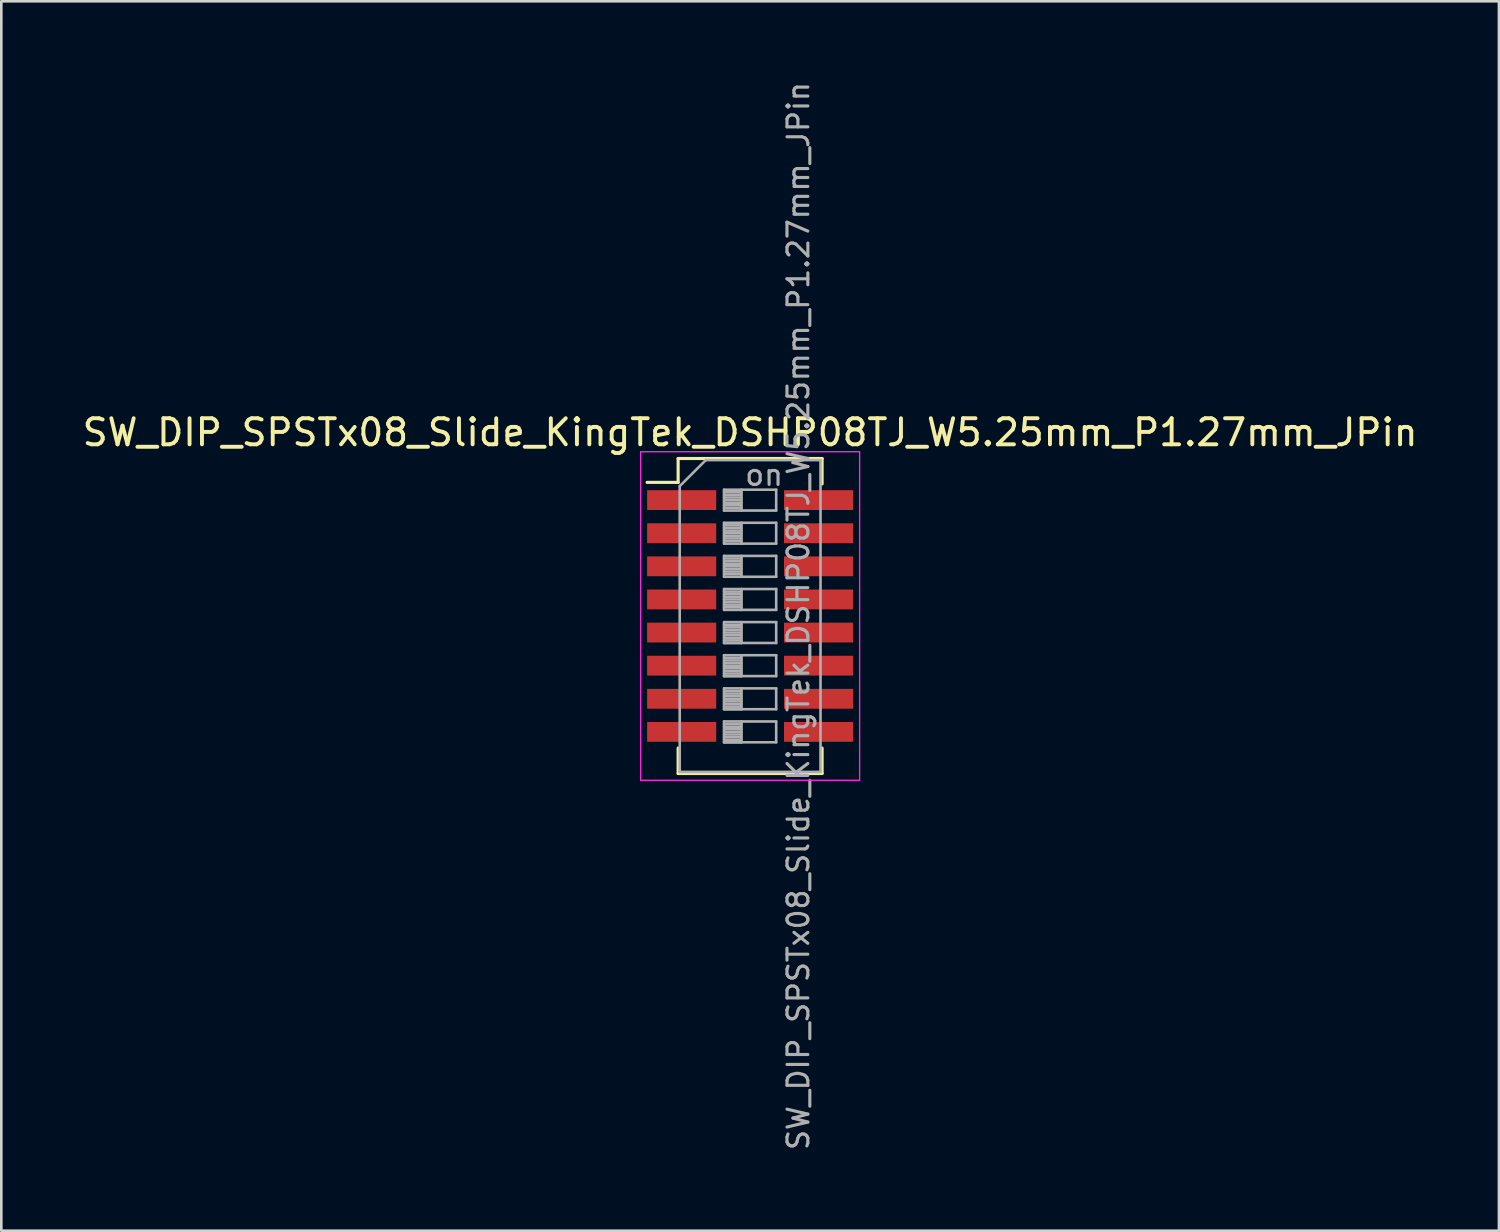
<source format=kicad_pcb>
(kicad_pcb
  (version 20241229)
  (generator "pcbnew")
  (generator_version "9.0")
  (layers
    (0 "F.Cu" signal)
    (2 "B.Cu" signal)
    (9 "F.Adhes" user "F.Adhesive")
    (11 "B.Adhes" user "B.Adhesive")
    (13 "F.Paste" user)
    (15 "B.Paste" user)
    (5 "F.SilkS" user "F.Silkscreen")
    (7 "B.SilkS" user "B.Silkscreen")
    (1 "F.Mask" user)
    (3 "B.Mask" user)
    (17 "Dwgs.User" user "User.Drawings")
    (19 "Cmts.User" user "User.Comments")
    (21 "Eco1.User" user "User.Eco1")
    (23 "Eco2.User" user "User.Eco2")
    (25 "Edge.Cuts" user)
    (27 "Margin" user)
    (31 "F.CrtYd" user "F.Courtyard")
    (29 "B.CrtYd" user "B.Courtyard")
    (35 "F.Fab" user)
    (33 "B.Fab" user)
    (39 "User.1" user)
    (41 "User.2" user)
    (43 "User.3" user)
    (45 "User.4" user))
  (footprint "SW_DIP_SPSTx08_Slide_KingTek_DSHP08TJ_W5.25mm_P1.27mm_JPin"
    (layer "F.Cu")
    (at 25.72 20.576)
    (property "Reference" "SW_DIP_SPSTx08_Slide_KingTek_DSHP08TJ_W5.25mm_P1.27mm_JPin" (at 0 -7.04 0) (layer "F.SilkS") (effects (font (size 1 1) (thickness 0.15))))
    (attr smd)
    (fp_line (start -3.951 -5.125) (end -2.761 -5.125) (stroke (width 0.12) (type solid)) (layer "F.SilkS"))
    (fp_line (start -2.761 -6.04) (end -2.761 -5.125) (stroke (width 0.12) (type solid)) (layer "F.SilkS"))
    (fp_line (start -2.761 -6.04) (end 2.76 -6.04) (stroke (width 0.12) (type solid)) (layer "F.SilkS"))
    (fp_line (start -2.761 5.065) (end -2.761 6.04) (stroke (width 0.12) (type solid)) (layer "F.SilkS"))
    (fp_line (start -2.761 6.04) (end 2.76 6.04) (stroke (width 0.12) (type solid)) (layer "F.SilkS"))
    (fp_line (start 2.76 -6.04) (end 2.76 -5.065) (stroke (width 0.12) (type solid)) (layer "F.SilkS"))
    (fp_line (start 2.76 5.065) (end 2.76 6.04) (stroke (width 0.12) (type solid)) (layer "F.SilkS"))
    (fp_line (start -4.2 -6.3) (end -4.2 6.3) (stroke (width 0.05) (type solid)) (layer "F.CrtYd"))
    (fp_line (start -4.2 6.3) (end 4.2 6.3) (stroke (width 0.05) (type solid)) (layer "F.CrtYd"))
    (fp_line (start 4.2 -6.3) (end -4.2 -6.3) (stroke (width 0.05) (type solid)) (layer "F.CrtYd"))
    (fp_line (start 4.2 6.3) (end 4.2 -6.3) (stroke (width 0.05) (type solid)) (layer "F.CrtYd"))
    (fp_line (start -2.7 -4.98) (end -1.7 -5.98) (stroke (width 0.1) (type solid)) (layer "F.Fab"))
    (fp_line (start -2.7 5.98) (end -2.7 -4.98) (stroke (width 0.1) (type solid)) (layer "F.Fab"))
    (fp_line (start -1.7 -5.98) (end 2.7 -5.98) (stroke (width 0.1) (type solid)) (layer "F.Fab"))
    (fp_line (start -1 -4.845) (end -1 -4.045) (stroke (width 0.1) (type solid)) (layer "F.Fab"))
    (fp_line (start -1 -4.745) (end -0.333 -4.745) (stroke (width 0.1) (type solid)) (layer "F.Fab"))
    (fp_line (start -1 -4.645) (end -0.333 -4.645) (stroke (width 0.1) (type solid)) (layer "F.Fab"))
    (fp_line (start -1 -4.545) (end -0.333 -4.545) (stroke (width 0.1) (type solid)) (layer "F.Fab"))
    (fp_line (start -1 -4.445) (end -0.333 -4.445) (stroke (width 0.1) (type solid)) (layer "F.Fab"))
    (fp_line (start -1 -4.345) (end -0.333 -4.345) (stroke (width 0.1) (type solid)) (layer "F.Fab"))
    (fp_line (start -1 -4.245) (end -0.333 -4.245) (stroke (width 0.1) (type solid)) (layer "F.Fab"))
    (fp_line (start -1 -4.145) (end -0.333 -4.145) (stroke (width 0.1) (type solid)) (layer "F.Fab"))
    (fp_line (start -1 -4.045) (end 1 -4.045) (stroke (width 0.1) (type solid)) (layer "F.Fab"))
    (fp_line (start -1 -3.575) (end -1 -2.775) (stroke (width 0.1) (type solid)) (layer "F.Fab"))
    (fp_line (start -1 -3.475) (end -0.333 -3.475) (stroke (width 0.1) (type solid)) (layer "F.Fab"))
    (fp_line (start -1 -3.375) (end -0.333 -3.375) (stroke (width 0.1) (type solid)) (layer "F.Fab"))
    (fp_line (start -1 -3.275) (end -0.333 -3.275) (stroke (width 0.1) (type solid)) (layer "F.Fab"))
    (fp_line (start -1 -3.175) (end -0.333 -3.175) (stroke (width 0.1) (type solid)) (layer "F.Fab"))
    (fp_line (start -1 -3.075) (end -0.333 -3.075) (stroke (width 0.1) (type solid)) (layer "F.Fab"))
    (fp_line (start -1 -2.975) (end -0.333 -2.975) (stroke (width 0.1) (type solid)) (layer "F.Fab"))
    (fp_line (start -1 -2.875) (end -0.333 -2.875) (stroke (width 0.1) (type solid)) (layer "F.Fab"))
    (fp_line (start -1 -2.775) (end 1 -2.775) (stroke (width 0.1) (type solid)) (layer "F.Fab"))
    (fp_line (start -1 -2.305) (end -1 -1.505) (stroke (width 0.1) (type solid)) (layer "F.Fab"))
    (fp_line (start -1 -2.205) (end -0.333 -2.205) (stroke (width 0.1) (type solid)) (layer "F.Fab"))
    (fp_line (start -1 -2.105) (end -0.333 -2.105) (stroke (width 0.1) (type solid)) (layer "F.Fab"))
    (fp_line (start -1 -2.005) (end -0.333 -2.005) (stroke (width 0.1) (type solid)) (layer "F.Fab"))
    (fp_line (start -1 -1.905) (end -0.333 -1.905) (stroke (width 0.1) (type solid)) (layer "F.Fab"))
    (fp_line (start -1 -1.805) (end -0.333 -1.805) (stroke (width 0.1) (type solid)) (layer "F.Fab"))
    (fp_line (start -1 -1.705) (end -0.333 -1.705) (stroke (width 0.1) (type solid)) (layer "F.Fab"))
    (fp_line (start -1 -1.605) (end -0.333 -1.605) (stroke (width 0.1) (type solid)) (layer "F.Fab"))
    (fp_line (start -1 -1.505) (end 1 -1.505) (stroke (width 0.1) (type solid)) (layer "F.Fab"))
    (fp_line (start -1 -1.035) (end -1 -0.235) (stroke (width 0.1) (type solid)) (layer "F.Fab"))
    (fp_line (start -1 -0.935) (end -0.333 -0.935) (stroke (width 0.1) (type solid)) (layer "F.Fab"))
    (fp_line (start -1 -0.835) (end -0.333 -0.835) (stroke (width 0.1) (type solid)) (layer "F.Fab"))
    (fp_line (start -1 -0.735) (end -0.333 -0.735) (stroke (width 0.1) (type solid)) (layer "F.Fab"))
    (fp_line (start -1 -0.635) (end -0.333 -0.635) (stroke (width 0.1) (type solid)) (layer "F.Fab"))
    (fp_line (start -1 -0.535) (end -0.333 -0.535) (stroke (width 0.1) (type solid)) (layer "F.Fab"))
    (fp_line (start -1 -0.435) (end -0.333 -0.435) (stroke (width 0.1) (type solid)) (layer "F.Fab"))
    (fp_line (start -1 -0.335) (end -0.333 -0.335) (stroke (width 0.1) (type solid)) (layer "F.Fab"))
    (fp_line (start -1 -0.235) (end 1 -0.235) (stroke (width 0.1) (type solid)) (layer "F.Fab"))
    (fp_line (start -1 0.235) (end -1 1.035) (stroke (width 0.1) (type solid)) (layer "F.Fab"))
    (fp_line (start -1 0.335) (end -0.333 0.335) (stroke (width 0.1) (type solid)) (layer "F.Fab"))
    (fp_line (start -1 0.435) (end -0.333 0.435) (stroke (width 0.1) (type solid)) (layer "F.Fab"))
    (fp_line (start -1 0.535) (end -0.333 0.535) (stroke (width 0.1) (type solid)) (layer "F.Fab"))
    (fp_line (start -1 0.635) (end -0.333 0.635) (stroke (width 0.1) (type solid)) (layer "F.Fab"))
    (fp_line (start -1 0.735) (end -0.333 0.735) (stroke (width 0.1) (type solid)) (layer "F.Fab"))
    (fp_line (start -1 0.835) (end -0.333 0.835) (stroke (width 0.1) (type solid)) (layer "F.Fab"))
    (fp_line (start -1 0.935) (end -0.333 0.935) (stroke (width 0.1) (type solid)) (layer "F.Fab"))
    (fp_line (start -1 1.035) (end -0.333 1.035) (stroke (width 0.1) (type solid)) (layer "F.Fab"))
    (fp_line (start -1 1.035) (end 1 1.035) (stroke (width 0.1) (type solid)) (layer "F.Fab"))
    (fp_line (start -1 1.505) (end -1 2.305) (stroke (width 0.1) (type solid)) (layer "F.Fab"))
    (fp_line (start -1 1.605) (end -0.333 1.605) (stroke (width 0.1) (type solid)) (layer "F.Fab"))
    (fp_line (start -1 1.705) (end -0.333 1.705) (stroke (width 0.1) (type solid)) (layer "F.Fab"))
    (fp_line (start -1 1.805) (end -0.333 1.805) (stroke (width 0.1) (type solid)) (layer "F.Fab"))
    (fp_line (start -1 1.905) (end -0.333 1.905) (stroke (width 0.1) (type solid)) (layer "F.Fab"))
    (fp_line (start -1 2.005) (end -0.333 2.005) (stroke (width 0.1) (type solid)) (layer "F.Fab"))
    (fp_line (start -1 2.105) (end -0.333 2.105) (stroke (width 0.1) (type solid)) (layer "F.Fab"))
    (fp_line (start -1 2.205) (end -0.333 2.205) (stroke (width 0.1) (type solid)) (layer "F.Fab"))
    (fp_line (start -1 2.305) (end -0.333 2.305) (stroke (width 0.1) (type solid)) (layer "F.Fab"))
    (fp_line (start -1 2.305) (end 1 2.305) (stroke (width 0.1) (type solid)) (layer "F.Fab"))
    (fp_line (start -1 2.775) (end -1 3.575) (stroke (width 0.1) (type solid)) (layer "F.Fab"))
    (fp_line (start -1 2.875) (end -0.333 2.875) (stroke (width 0.1) (type solid)) (layer "F.Fab"))
    (fp_line (start -1 2.975) (end -0.333 2.975) (stroke (width 0.1) (type solid)) (layer "F.Fab"))
    (fp_line (start -1 3.075) (end -0.333 3.075) (stroke (width 0.1) (type solid)) (layer "F.Fab"))
    (fp_line (start -1 3.175) (end -0.333 3.175) (stroke (width 0.1) (type solid)) (layer "F.Fab"))
    (fp_line (start -1 3.275) (end -0.333 3.275) (stroke (width 0.1) (type solid)) (layer "F.Fab"))
    (fp_line (start -1 3.375) (end -0.333 3.375) (stroke (width 0.1) (type solid)) (layer "F.Fab"))
    (fp_line (start -1 3.475) (end -0.333 3.475) (stroke (width 0.1) (type solid)) (layer "F.Fab"))
    (fp_line (start -1 3.575) (end -0.333 3.575) (stroke (width 0.1) (type solid)) (layer "F.Fab"))
    (fp_line (start -1 3.575) (end 1 3.575) (stroke (width 0.1) (type solid)) (layer "F.Fab"))
    (fp_line (start -1 4.045) (end -1 4.845) (stroke (width 0.1) (type solid)) (layer "F.Fab"))
    (fp_line (start -1 4.145) (end -0.333 4.145) (stroke (width 0.1) (type solid)) (layer "F.Fab"))
    (fp_line (start -1 4.245) (end -0.333 4.245) (stroke (width 0.1) (type solid)) (layer "F.Fab"))
    (fp_line (start -1 4.345) (end -0.333 4.345) (stroke (width 0.1) (type solid)) (layer "F.Fab"))
    (fp_line (start -1 4.445) (end -0.333 4.445) (stroke (width 0.1) (type solid)) (layer "F.Fab"))
    (fp_line (start -1 4.545) (end -0.333 4.545) (stroke (width 0.1) (type solid)) (layer "F.Fab"))
    (fp_line (start -1 4.645) (end -0.333 4.645) (stroke (width 0.1) (type solid)) (layer "F.Fab"))
    (fp_line (start -1 4.745) (end -0.333 4.745) (stroke (width 0.1) (type solid)) (layer "F.Fab"))
    (fp_line (start -1 4.845) (end -0.333 4.845) (stroke (width 0.1) (type solid)) (layer "F.Fab"))
    (fp_line (start -1 4.845) (end 1 4.845) (stroke (width 0.1) (type solid)) (layer "F.Fab"))
    (fp_line (start -0.333 -4.845) (end -0.333 -4.045) (stroke (width 0.1) (type solid)) (layer "F.Fab"))
    (fp_line (start -0.333 -3.575) (end -0.333 -2.775) (stroke (width 0.1) (type solid)) (layer "F.Fab"))
    (fp_line (start -0.333 -2.305) (end -0.333 -1.505) (stroke (width 0.1) (type solid)) (layer "F.Fab"))
    (fp_line (start -0.333 -1.035) (end -0.333 -0.235) (stroke (width 0.1) (type solid)) (layer "F.Fab"))
    (fp_line (start -0.333 0.235) (end -0.333 1.035) (stroke (width 0.1) (type solid)) (layer "F.Fab"))
    (fp_line (start -0.333 1.505) (end -0.333 2.305) (stroke (width 0.1) (type solid)) (layer "F.Fab"))
    (fp_line (start -0.333 2.775) (end -0.333 3.575) (stroke (width 0.1) (type solid)) (layer "F.Fab"))
    (fp_line (start -0.333 4.045) (end -0.333 4.845) (stroke (width 0.1) (type solid)) (layer "F.Fab"))
    (fp_line (start 1 -4.845) (end -1 -4.845) (stroke (width 0.1) (type solid)) (layer "F.Fab"))
    (fp_line (start 1 -4.045) (end 1 -4.845) (stroke (width 0.1) (type solid)) (layer "F.Fab"))
    (fp_line (start 1 -3.575) (end -1 -3.575) (stroke (width 0.1) (type solid)) (layer "F.Fab"))
    (fp_line (start 1 -2.775) (end 1 -3.575) (stroke (width 0.1) (type solid)) (layer "F.Fab"))
    (fp_line (start 1 -2.305) (end -1 -2.305) (stroke (width 0.1) (type solid)) (layer "F.Fab"))
    (fp_line (start 1 -1.505) (end 1 -2.305) (stroke (width 0.1) (type solid)) (layer "F.Fab"))
    (fp_line (start 1 -1.035) (end -1 -1.035) (stroke (width 0.1) (type solid)) (layer "F.Fab"))
    (fp_line (start 1 -0.235) (end 1 -1.035) (stroke (width 0.1) (type solid)) (layer "F.Fab"))
    (fp_line (start 1 0.235) (end -1 0.235) (stroke (width 0.1) (type solid)) (layer "F.Fab"))
    (fp_line (start 1 1.035) (end 1 0.235) (stroke (width 0.1) (type solid)) (layer "F.Fab"))
    (fp_line (start 1 1.505) (end -1 1.505) (stroke (width 0.1) (type solid)) (layer "F.Fab"))
    (fp_line (start 1 2.305) (end 1 1.505) (stroke (width 0.1) (type solid)) (layer "F.Fab"))
    (fp_line (start 1 2.775) (end -1 2.775) (stroke (width 0.1) (type solid)) (layer "F.Fab"))
    (fp_line (start 1 3.575) (end 1 2.775) (stroke (width 0.1) (type solid)) (layer "F.Fab"))
    (fp_line (start 1 4.045) (end -1 4.045) (stroke (width 0.1) (type solid)) (layer "F.Fab"))
    (fp_line (start 1 4.845) (end 1 4.045) (stroke (width 0.1) (type solid)) (layer "F.Fab"))
    (fp_line (start 2.7 -5.98) (end 2.7 5.98) (stroke (width 0.1) (type solid)) (layer "F.Fab"))
    (fp_line (start 2.7 5.98) (end -2.7 5.98) (stroke (width 0.1) (type solid)) (layer "F.Fab"))
    (fp_text user "on" (at 0.537 -5.412 0) (layer "F.Fab") (effects (font (size 0.8 0.8) (thickness 0.12))))
    (fp_text user "${REFERENCE}" (at 1.85 0 90) (layer "F.Fab") (effects (font (size 0.8 0.8) (thickness 0.12))))
    (pad "1" smd rect (at -2.625 -4.445) (size 2.65 0.76) (layers "F.Cu" "F.Mask" "F.Paste"))
    (pad "2" smd rect (at -2.625 -3.175) (size 2.65 0.76) (layers "F.Cu" "F.Mask" "F.Paste"))
    (pad "3" smd rect (at -2.625 -1.905) (size 2.65 0.76) (layers "F.Cu" "F.Mask" "F.Paste"))
    (pad "4" smd rect (at -2.625 -0.635) (size 2.65 0.76) (layers "F.Cu" "F.Mask" "F.Paste"))
    (pad "5" smd rect (at -2.625 0.635) (size 2.65 0.76) (layers "F.Cu" "F.Mask" "F.Paste"))
    (pad "6" smd rect (at -2.625 1.905) (size 2.65 0.76) (layers "F.Cu" "F.Mask" "F.Paste"))
    (pad "7" smd rect (at -2.625 3.175) (size 2.65 0.76) (layers "F.Cu" "F.Mask" "F.Paste"))
    (pad "8" smd rect (at -2.625 4.445) (size 2.65 0.76) (layers "F.Cu" "F.Mask" "F.Paste"))
    (pad "9" smd rect (at 2.625 4.445) (size 2.65 0.76) (layers "F.Cu" "F.Mask" "F.Paste"))
    (pad "10" smd rect (at 2.625 3.175) (size 2.65 0.76) (layers "F.Cu" "F.Mask" "F.Paste"))
    (pad "11" smd rect (at 2.625 1.905) (size 2.65 0.76) (layers "F.Cu" "F.Mask" "F.Paste"))
    (pad "12" smd rect (at 2.625 0.635) (size 2.65 0.76) (layers "F.Cu" "F.Mask" "F.Paste"))
    (pad "13" smd rect (at 2.625 -0.635) (size 2.65 0.76) (layers "F.Cu" "F.Mask" "F.Paste"))
    (pad "14" smd rect (at 2.625 -1.905) (size 2.65 0.76) (layers "F.Cu" "F.Mask" "F.Paste"))
    (pad "15" smd rect (at 2.625 -3.175) (size 2.65 0.76) (layers "F.Cu" "F.Mask" "F.Paste"))
    (pad "16" smd rect (at 2.625 -4.445) (size 2.65 0.76) (layers "F.Cu" "F.Mask" "F.Paste")))
  (gr_rect
    (start -3 -3)
    (end 54.44 44.152)
    (stroke (width 0.1) (type default))
    (fill no)
    (layer "Edge.Cuts")))
</source>
